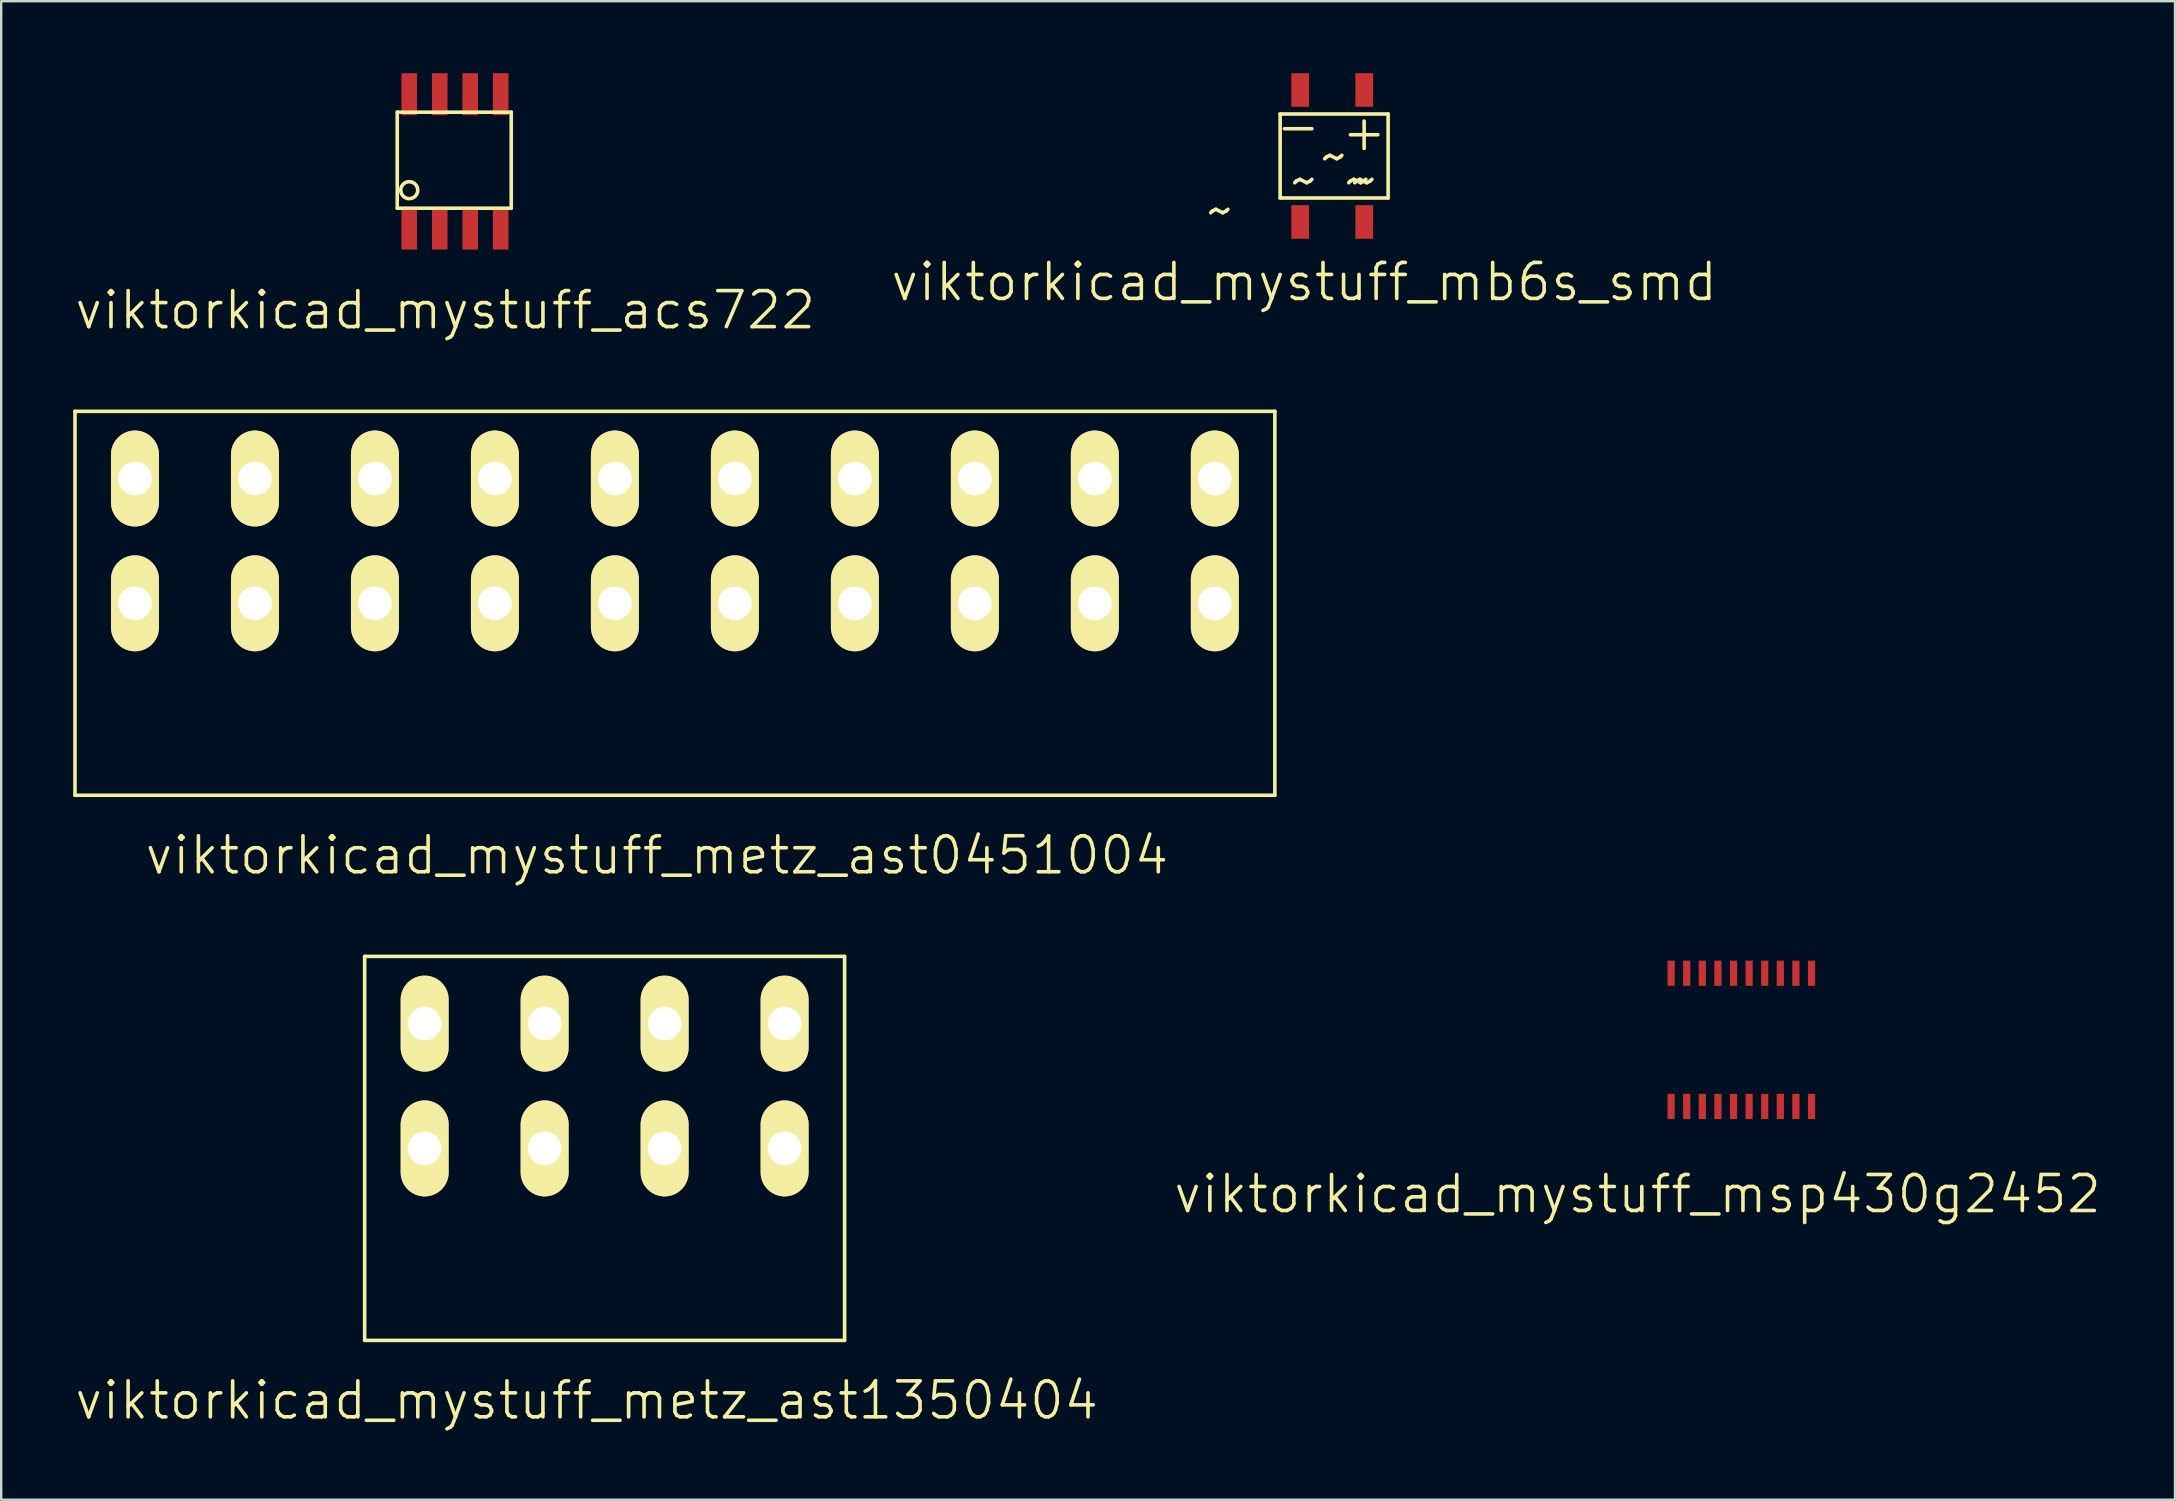
<source format=kicad_pcb>
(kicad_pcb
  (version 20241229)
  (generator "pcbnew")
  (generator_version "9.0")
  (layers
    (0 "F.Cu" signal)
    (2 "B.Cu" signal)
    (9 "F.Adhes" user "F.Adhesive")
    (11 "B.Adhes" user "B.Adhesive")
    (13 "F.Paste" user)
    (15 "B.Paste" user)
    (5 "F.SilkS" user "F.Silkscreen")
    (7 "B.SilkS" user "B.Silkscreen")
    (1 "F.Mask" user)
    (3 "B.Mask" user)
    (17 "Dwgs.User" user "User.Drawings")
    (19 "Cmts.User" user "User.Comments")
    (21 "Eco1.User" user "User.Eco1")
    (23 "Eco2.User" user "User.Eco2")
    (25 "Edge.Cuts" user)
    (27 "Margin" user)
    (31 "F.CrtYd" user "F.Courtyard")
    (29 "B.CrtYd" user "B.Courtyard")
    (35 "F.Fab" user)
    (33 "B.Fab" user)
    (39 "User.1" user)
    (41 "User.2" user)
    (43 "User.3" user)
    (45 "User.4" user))
  (footprint "viktorkicad_mystuff_metz_ast1350404"
    (layer "F.Cu")
    (at 22.146 44.806)
    (property "Reference" "viktorkicad_mystuff_metz_ast1350404" (at -0.75 10.5 0) (layer "F.SilkS") (effects (font (size 1.5 1.5) (thickness 0.15))))
    (attr through_hole)
    (fp_line (start -10 -8) (end 10 -8) (stroke (width 0.15) (type solid)) (layer "F.SilkS"))
    (fp_line (start -10 8) (end -10 -8) (stroke (width 0.15) (type solid)) (layer "F.SilkS"))
    (fp_line (start 10 -8) (end 10 8) (stroke (width 0.15) (type solid)) (layer "F.SilkS"))
    (fp_line (start 10 8) (end -10 8) (stroke (width 0.15) (type solid)) (layer "F.SilkS"))
    (pad "1" thru_hole oval (at -7.5 -5.2) (size 2 4) (drill 1.4) (layers "*.Cu" "*.Mask" "F.SilkS"))
    (pad "1" thru_hole oval (at -7.5 0) (size 2 4) (drill 1.4) (layers "*.Cu" "*.Mask" "F.SilkS"))
    (pad "2" thru_hole oval (at -2.5 -5.2) (size 2 4) (drill 1.4) (layers "*.Cu" "*.Mask" "F.SilkS"))
    (pad "2" thru_hole oval (at -2.5 0) (size 2 4) (drill 1.4) (layers "*.Cu" "*.Mask" "F.SilkS"))
    (pad "3" thru_hole oval (at 2.5 -5.2) (size 2 4) (drill 1.4) (layers "*.Cu" "*.Mask" "F.SilkS"))
    (pad "3" thru_hole oval (at 2.5 0) (size 2 4) (drill 1.4) (layers "*.Cu" "*.Mask" "F.SilkS"))
    (pad "4" thru_hole oval (at 7.5 -5.2) (size 2 4) (drill 1.4) (layers "*.Cu" "*.Mask" "F.SilkS"))
    (pad "4" thru_hole oval (at 7.5 0) (size 2 4) (drill 1.4) (layers "*.Cu" "*.Mask" "F.SilkS")))
  (footprint "viktorkicad_mystuff_mb6s_smd"
    (layer "F.Cu")
    (at 52.546 3.45)
    (property "Reference" "viktorkicad_mystuff_mb6s_smd" (at -1.25 5.25 0) (layer "F.SilkS") (effects (font (size 1.5 1.5) (thickness 0.15))))
    (attr through_hole)
    (fp_line (start -2.25 -1.75) (end -2.25 1.75) (stroke (width 0.15) (type solid)) (layer "F.SilkS"))
    (fp_line (start -2.25 1.75) (end 2.25 1.75) (stroke (width 0.15) (type solid)) (layer "F.SilkS"))
    (fp_line (start 2.25 -1.75) (end -2.25 -1.75) (stroke (width 0.15) (type solid)) (layer "F.SilkS"))
    (fp_line (start 2.25 1.75) (end 2.25 -1.75) (stroke (width 0.15) (type solid)) (layer "F.SilkS"))
    (fp_text user "~~{}" (at 1.25 1 0) (layer "F.SilkS") (effects (font (size 1.5 1.5) (thickness 0.15))))
    (fp_text user "+" (at 1.25 -1 0) (layer "F.SilkS") (effects (font (size 1.5 1.5) (thickness 0.15))))
    (fp_text user "~" (at 1 1 0) (layer "F.SilkS") (effects (font (size 1.5 1.5) (thickness 0.15))))
    (fp_text user "~~{}" (at -1.25 1 0) (layer "F.SilkS") (effects (font (size 1.5 1.5) (thickness 0.15))))
    (fp_text user "~" (at -4.75 2.25 0) (layer "F.SilkS") (effects (font (size 1.5 1.5) (thickness 0.15))))
    (fp_text user "~" (at 0 0 0) (layer "F.SilkS") (effects (font (size 1.5 1.5) (thickness 0.15))))
    (fp_text user "-" (at -1.5 -1.25 0) (layer "F.SilkS") (effects (font (size 1.5 1.5) (thickness 0.15))))
    (pad "1" smd rect (at -1.415 -2.75) (size 0.74 1.4) (layers "F.Cu" "F.Mask" "F.Paste"))
    (pad "2" smd rect (at -1.415 2.75) (size 0.74 1.4) (layers "F.Cu" "F.Mask" "F.Paste"))
    (pad "3" smd rect (at 1.255 -2.75) (size 0.74 1.4) (layers "F.Cu" "F.Mask" "F.Paste"))
    (pad "4" smd rect (at 1.255 2.75) (size 0.74 1.4) (layers "F.Cu" "F.Mask" "F.Paste")))
  (footprint "viktorkicad_mystuff_metz_ast0451004"
    (layer "F.Cu")
    (at 25.075 22.091)
    (property "Reference" "viktorkicad_mystuff_metz_ast0451004" (at -0.75 10.5 0) (layer "F.SilkS") (effects (font (size 1.5 1.5) (thickness 0.15))))
    (attr through_hole)
    (fp_line (start -25 -8) (end 25 -8) (stroke (width 0.15) (type solid)) (layer "F.SilkS"))
    (fp_line (start -25 8) (end -25 -8) (stroke (width 0.15) (type solid)) (layer "F.SilkS"))
    (fp_line (start 25 -8) (end 25 8) (stroke (width 0.15) (type solid)) (layer "F.SilkS"))
    (fp_line (start 25 8) (end -25 8) (stroke (width 0.15) (type solid)) (layer "F.SilkS"))
    (pad "1" thru_hole oval (at -22.5 -5.2) (size 2 4) (drill 1.4) (layers "*.Cu" "*.Mask" "F.SilkS"))
    (pad "1" thru_hole oval (at -22.5 0) (size 2 4) (drill 1.4) (layers "*.Cu" "*.Mask" "F.SilkS"))
    (pad "2" thru_hole oval (at -17.5 -5.2) (size 2 4) (drill 1.4) (layers "*.Cu" "*.Mask" "F.SilkS"))
    (pad "2" thru_hole oval (at -17.5 0) (size 2 4) (drill 1.4) (layers "*.Cu" "*.Mask" "F.SilkS"))
    (pad "3" thru_hole oval (at -12.5 -5.2) (size 2 4) (drill 1.4) (layers "*.Cu" "*.Mask" "F.SilkS"))
    (pad "3" thru_hole oval (at -12.5 0) (size 2 4) (drill 1.4) (layers "*.Cu" "*.Mask" "F.SilkS"))
    (pad "4" thru_hole oval (at -7.5 -5.2) (size 2 4) (drill 1.4) (layers "*.Cu" "*.Mask" "F.SilkS"))
    (pad "4" thru_hole oval (at -7.5 0) (size 2 4) (drill 1.4) (layers "*.Cu" "*.Mask" "F.SilkS"))
    (pad "5" thru_hole oval (at -2.5 -5.2) (size 2 4) (drill 1.4) (layers "*.Cu" "*.Mask" "F.SilkS"))
    (pad "5" thru_hole oval (at -2.5 0) (size 2 4) (drill 1.4) (layers "*.Cu" "*.Mask" "F.SilkS"))
    (pad "6" thru_hole oval (at 2.5 -5.2) (size 2 4) (drill 1.4) (layers "*.Cu" "*.Mask" "F.SilkS"))
    (pad "6" thru_hole oval (at 2.5 0) (size 2 4) (drill 1.4) (layers "*.Cu" "*.Mask" "F.SilkS"))
    (pad "7" thru_hole oval (at 7.5 -5.2) (size 2 4) (drill 1.4) (layers "*.Cu" "*.Mask" "F.SilkS"))
    (pad "7" thru_hole oval (at 7.5 0) (size 2 4) (drill 1.4) (layers "*.Cu" "*.Mask" "F.SilkS"))
    (pad "8" thru_hole oval (at 12.5 -5.2) (size 2 4) (drill 1.4) (layers "*.Cu" "*.Mask" "F.SilkS"))
    (pad "8" thru_hole oval (at 12.5 0) (size 2 4) (drill 1.4) (layers "*.Cu" "*.Mask" "F.SilkS"))
    (pad "9" thru_hole oval (at 17.5 -5.2) (size 2 4) (drill 1.4) (layers "*.Cu" "*.Mask" "F.SilkS"))
    (pad "9" thru_hole oval (at 17.5 0) (size 2 4) (drill 1.4) (layers "*.Cu" "*.Mask" "F.SilkS"))
    (pad "10" thru_hole oval (at 22.5 -5.2) (size 2 4) (drill 1.4) (layers "*.Cu" "*.Mask" "F.SilkS"))
    (pad "10" thru_hole oval (at 22.5 0) (size 2 4) (drill 1.4) (layers "*.Cu" "*.Mask" "F.SilkS")))
  (footprint "viktorkicad_mystuff_acs722"
    (layer "F.Cu")
    (at 16.004 3.625)
    (property "Reference" "viktorkicad_mystuff_acs722" (at -0.5 6.25 0) (layer "F.SilkS") (effects (font (size 1.5 1.5) (thickness 0.15))))
    (attr through_hole)
    (fp_line (start -2.5 -2) (end -2.5 2) (stroke (width 0.15) (type solid)) (layer "F.SilkS"))
    (fp_line (start -2.5 2) (end 2.25 2) (stroke (width 0.15) (type solid)) (layer "F.SilkS"))
    (fp_line (start 2.25 -2) (end -2.5 -2) (stroke (width 0.15) (type solid)) (layer "F.SilkS"))
    (fp_line (start 2.25 2) (end 2.25 -2) (stroke (width 0.15) (type solid)) (layer "F.SilkS"))
    (fp_circle (center -2 1.25) (end -1.75 1.5) (stroke (width 0.15) (type solid)) (fill no) (layer "F.SilkS"))
    (pad "1" smd rect (at -2 2.85) (size 0.65 1.75) (layers "F.Cu" "F.Mask" "F.Paste"))
    (pad "2" smd rect (at -0.73 2.85) (size 0.65 1.75) (layers "F.Cu" "F.Mask" "F.Paste"))
    (pad "3" smd rect (at 0.54 2.85) (size 0.65 1.75) (layers "F.Cu" "F.Mask" "F.Paste"))
    (pad "4" smd rect (at 1.81 2.85) (size 0.65 1.75) (layers "F.Cu" "F.Mask" "F.Paste"))
    (pad "5" smd rect (at 1.81 -2.75) (size 0.65 1.75) (layers "F.Cu" "F.Mask" "F.Paste"))
    (pad "6" smd rect (at 0.54 -2.75) (size 0.65 1.75) (layers "F.Cu" "F.Mask" "F.Paste"))
    (pad "7" smd rect (at -0.73 -2.75) (size 0.65 1.75) (layers "F.Cu" "F.Mask" "F.Paste"))
    (pad "8" smd rect (at -2 -2.75) (size 0.65 1.75) (layers "F.Cu" "F.Mask" "F.Paste")))
  (footprint "viktorkicad_mystuff_msp430g2452"
    (layer "F.Cu")
    (at 66.589 37.507)
    (property "Reference" "viktorkicad_mystuff_msp430g2452" (at -1.4 9.2 0) (layer "F.SilkS") (effects (font (size 1.5 1.5) (thickness 0.15))))
    (attr through_hole)
    (fp_line (start -0.3 -0.7) (end 6.2 -0.7) (stroke (width 0.15) (type solid)) (layer "B.Adhes"))
    (fp_line (start -0.3 6.2) (end -0.3 -0.7) (stroke (width 0.15) (type solid)) (layer "B.Adhes"))
    (fp_line (start 6.2 -0.7) (end 6.2 6.2) (stroke (width 0.15) (type solid)) (layer "B.Adhes"))
    (fp_line (start 6.2 6.2) (end -0.3 6.2) (stroke (width 0.15) (type solid)) (layer "B.Adhes"))
    (fp_circle (center 0.7 3.9) (end 1 4.3) (stroke (width 0.15) (type solid)) (fill no) (layer "B.Adhes"))
    (pad "1" smd rect (at 0 5.55) (size 0.3 1.05) (layers "F.Cu" "F.Mask" "F.Paste"))
    (pad "2" smd rect (at 0.65 5.55) (size 0.3 1.05) (layers "F.Cu" "F.Mask" "F.Paste"))
    (pad "3" smd rect (at 1.3 5.55) (size 0.3 1.05) (layers "F.Cu" "F.Mask" "F.Paste"))
    (pad "4" smd rect (at 1.95 5.55) (size 0.3 1.05) (layers "F.Cu" "F.Mask" "F.Paste"))
    (pad "5" smd rect (at 2.6 5.55) (size 0.3 1.05) (layers "F.Cu" "F.Mask" "F.Paste"))
    (pad "6" smd rect (at 3.25 5.55) (size 0.3 1.05) (layers "F.Cu" "F.Mask" "F.Paste"))
    (pad "7" smd rect (at 3.9 5.55) (size 0.3 1.05) (layers "F.Cu" "F.Mask" "F.Paste"))
    (pad "8" smd rect (at 4.55 5.55) (size 0.3 1.05) (layers "F.Cu" "F.Mask" "F.Paste"))
    (pad "9" smd rect (at 5.2 5.55) (size 0.3 1.05) (layers "F.Cu" "F.Mask" "F.Paste"))
    (pad "10" smd rect (at 5.85 5.55) (size 0.3 1.05) (layers "F.Cu" "F.Mask" "F.Paste"))
    (pad "11" smd rect (at 5.85 0) (size 0.3 1.05) (layers "F.Cu" "F.Mask" "F.Paste"))
    (pad "12" smd rect (at 5.2 0) (size 0.3 1.05) (layers "F.Cu" "F.Mask" "F.Paste"))
    (pad "13" smd rect (at 4.55 0) (size 0.3 1.05) (layers "F.Cu" "F.Mask" "F.Paste"))
    (pad "14" smd rect (at 3.9 0) (size 0.3 1.05) (layers "F.Cu" "F.Mask" "F.Paste"))
    (pad "15" smd rect (at 3.25 0) (size 0.3 1.05) (layers "F.Cu" "F.Mask" "F.Paste"))
    (pad "16" smd rect (at 2.6 0) (size 0.3 1.05) (layers "F.Cu" "F.Mask" "F.Paste"))
    (pad "17" smd rect (at 1.95 0) (size 0.3 1.05) (layers "F.Cu" "F.Mask" "F.Paste"))
    (pad "18" smd rect (at 1.3 0) (size 0.3 1.05) (layers "F.Cu" "F.Mask" "F.Paste"))
    (pad "19" smd rect (at 0.65 0) (size 0.3 1.05) (layers "F.Cu" "F.Mask" "F.Paste"))
    (pad "20" smd rect (at 0 0) (size 0.3 1.05) (layers "F.Cu" "F.Mask" "F.Paste")))
  (gr_rect
    (start -3 -3)
    (end 87.586 59.447)
    (stroke (width 0.1) (type default))
    (fill no)
    (layer "Edge.Cuts")))
</source>
